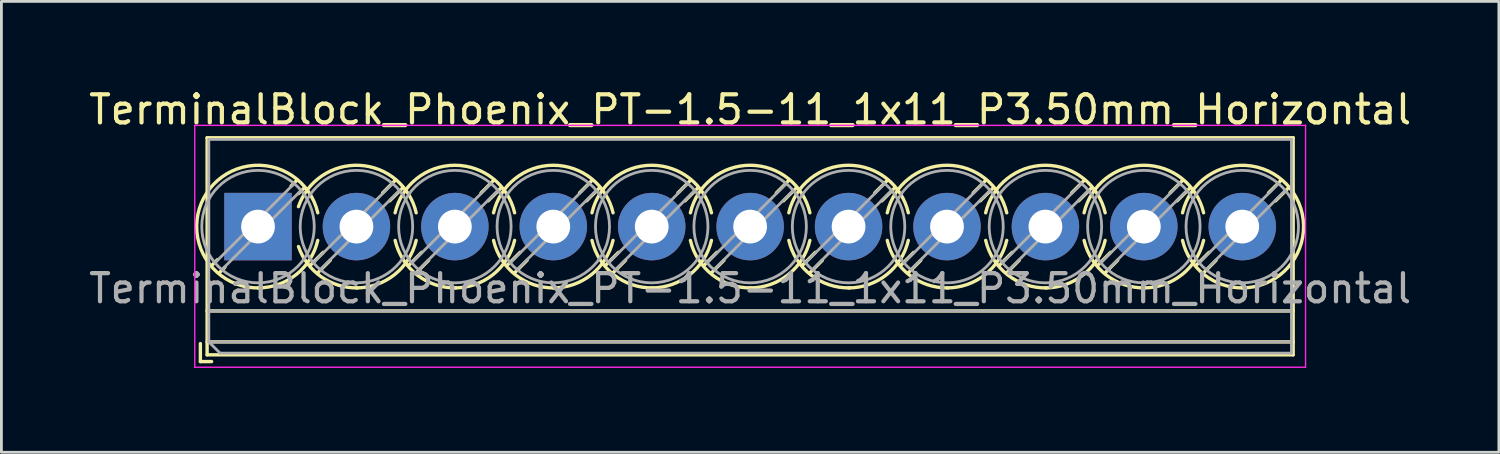
<source format=kicad_pcb>
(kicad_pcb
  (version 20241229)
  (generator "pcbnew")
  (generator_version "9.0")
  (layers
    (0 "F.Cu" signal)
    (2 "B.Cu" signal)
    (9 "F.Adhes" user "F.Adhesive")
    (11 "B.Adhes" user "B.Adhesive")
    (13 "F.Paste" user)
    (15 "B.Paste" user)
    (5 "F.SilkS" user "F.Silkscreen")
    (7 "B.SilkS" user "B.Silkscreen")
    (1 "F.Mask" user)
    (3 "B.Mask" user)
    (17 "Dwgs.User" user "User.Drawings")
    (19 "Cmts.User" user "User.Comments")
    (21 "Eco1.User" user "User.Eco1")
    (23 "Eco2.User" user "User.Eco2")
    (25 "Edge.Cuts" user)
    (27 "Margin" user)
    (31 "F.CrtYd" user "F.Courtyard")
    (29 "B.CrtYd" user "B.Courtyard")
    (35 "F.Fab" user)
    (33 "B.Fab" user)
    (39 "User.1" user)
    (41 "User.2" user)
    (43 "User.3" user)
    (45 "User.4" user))
  (footprint "TerminalBlock_Phoenix_PT-1.5-11_1x11_P3.50mm_Horizontal"
    (layer "F.Cu")
    (at 6.125 5.008)
    (property "Reference" "TerminalBlock_Phoenix_PT-1.5-11_1x11_P3.50mm_Horizontal" (at 17.5 -4.16 0) (layer "F.SilkS") (effects (font (size 1 1) (thickness 0.15))))
    (attr through_hole)
    (fp_line (start -2.05 4.16) (end -2.05 4.8) (stroke (width 0.12) (type solid)) (layer "F.SilkS"))
    (fp_line (start -2.05 4.8) (end -1.65 4.8) (stroke (width 0.12) (type solid)) (layer "F.SilkS"))
    (fp_line (start -1.81 -3.16) (end -1.81 4.56) (stroke (width 0.12) (type solid)) (layer "F.SilkS"))
    (fp_line (start -1.81 -3.16) (end 36.81 -3.16) (stroke (width 0.12) (type solid)) (layer "F.SilkS"))
    (fp_line (start -1.81 3) (end 36.81 3) (stroke (width 0.12) (type solid)) (layer "F.SilkS"))
    (fp_line (start -1.81 4.1) (end 36.81 4.1) (stroke (width 0.12) (type solid)) (layer "F.SilkS"))
    (fp_line (start -1.81 4.56) (end 36.81 4.56) (stroke (width 0.12) (type solid)) (layer "F.SilkS"))
    (fp_line (start -1.441 1.175) (end -1.654 1.388) (stroke (width 0.12) (type solid)) (layer "F.SilkS"))
    (fp_line (start -1.175 1.441) (end -1.388 1.654) (stroke (width 0.12) (type solid)) (layer "F.SilkS"))
    (fp_line (start 1.388 -1.654) (end 1.175 -1.441) (stroke (width 0.12) (type solid)) (layer "F.SilkS"))
    (fp_line (start 1.654 -1.388) (end 1.441 -1.175) (stroke (width 0.12) (type solid)) (layer "F.SilkS"))
    (fp_line (start 2.318 0.916) (end 1.847 1.388) (stroke (width 0.12) (type solid)) (layer "F.SilkS"))
    (fp_line (start 2.569 1.198) (end 2.113 1.654) (stroke (width 0.12) (type solid)) (layer "F.SilkS"))
    (fp_line (start 4.888 -1.654) (end 4.432 -1.198) (stroke (width 0.12) (type solid)) (layer "F.SilkS"))
    (fp_line (start 5.154 -1.388) (end 4.683 -0.916) (stroke (width 0.12) (type solid)) (layer "F.SilkS"))
    (fp_line (start 5.818 0.916) (end 5.347 1.388) (stroke (width 0.12) (type solid)) (layer "F.SilkS"))
    (fp_line (start 6.069 1.198) (end 5.613 1.654) (stroke (width 0.12) (type solid)) (layer "F.SilkS"))
    (fp_line (start 8.388 -1.654) (end 7.932 -1.198) (stroke (width 0.12) (type solid)) (layer "F.SilkS"))
    (fp_line (start 8.654 -1.388) (end 8.183 -0.916) (stroke (width 0.12) (type solid)) (layer "F.SilkS"))
    (fp_line (start 9.318 0.916) (end 8.847 1.388) (stroke (width 0.12) (type solid)) (layer "F.SilkS"))
    (fp_line (start 9.569 1.198) (end 9.113 1.654) (stroke (width 0.12) (type solid)) (layer "F.SilkS"))
    (fp_line (start 11.888 -1.654) (end 11.432 -1.198) (stroke (width 0.12) (type solid)) (layer "F.SilkS"))
    (fp_line (start 12.154 -1.388) (end 11.683 -0.916) (stroke (width 0.12) (type solid)) (layer "F.SilkS"))
    (fp_line (start 12.818 0.916) (end 12.347 1.388) (stroke (width 0.12) (type solid)) (layer "F.SilkS"))
    (fp_line (start 13.069 1.198) (end 12.613 1.654) (stroke (width 0.12) (type solid)) (layer "F.SilkS"))
    (fp_line (start 15.388 -1.654) (end 14.932 -1.198) (stroke (width 0.12) (type solid)) (layer "F.SilkS"))
    (fp_line (start 15.654 -1.388) (end 15.183 -0.916) (stroke (width 0.12) (type solid)) (layer "F.SilkS"))
    (fp_line (start 16.318 0.916) (end 15.847 1.388) (stroke (width 0.12) (type solid)) (layer "F.SilkS"))
    (fp_line (start 16.569 1.198) (end 16.113 1.654) (stroke (width 0.12) (type solid)) (layer "F.SilkS"))
    (fp_line (start 18.888 -1.654) (end 18.432 -1.198) (stroke (width 0.12) (type solid)) (layer "F.SilkS"))
    (fp_line (start 19.154 -1.388) (end 18.683 -0.916) (stroke (width 0.12) (type solid)) (layer "F.SilkS"))
    (fp_line (start 19.818 0.916) (end 19.347 1.388) (stroke (width 0.12) (type solid)) (layer "F.SilkS"))
    (fp_line (start 20.069 1.198) (end 19.613 1.654) (stroke (width 0.12) (type solid)) (layer "F.SilkS"))
    (fp_line (start 22.388 -1.654) (end 21.932 -1.198) (stroke (width 0.12) (type solid)) (layer "F.SilkS"))
    (fp_line (start 22.654 -1.388) (end 22.183 -0.916) (stroke (width 0.12) (type solid)) (layer "F.SilkS"))
    (fp_line (start 23.318 0.916) (end 22.847 1.388) (stroke (width 0.12) (type solid)) (layer "F.SilkS"))
    (fp_line (start 23.569 1.198) (end 23.113 1.654) (stroke (width 0.12) (type solid)) (layer "F.SilkS"))
    (fp_line (start 25.888 -1.654) (end 25.432 -1.198) (stroke (width 0.12) (type solid)) (layer "F.SilkS"))
    (fp_line (start 26.154 -1.388) (end 25.683 -0.916) (stroke (width 0.12) (type solid)) (layer "F.SilkS"))
    (fp_line (start 26.818 0.916) (end 26.347 1.388) (stroke (width 0.12) (type solid)) (layer "F.SilkS"))
    (fp_line (start 27.069 1.198) (end 26.613 1.654) (stroke (width 0.12) (type solid)) (layer "F.SilkS"))
    (fp_line (start 29.388 -1.654) (end 28.932 -1.198) (stroke (width 0.12) (type solid)) (layer "F.SilkS"))
    (fp_line (start 29.654 -1.388) (end 29.183 -0.916) (stroke (width 0.12) (type solid)) (layer "F.SilkS"))
    (fp_line (start 30.318 0.916) (end 29.847 1.388) (stroke (width 0.12) (type solid)) (layer "F.SilkS"))
    (fp_line (start 30.569 1.198) (end 30.113 1.654) (stroke (width 0.12) (type solid)) (layer "F.SilkS"))
    (fp_line (start 32.888 -1.654) (end 32.432 -1.198) (stroke (width 0.12) (type solid)) (layer "F.SilkS"))
    (fp_line (start 33.154 -1.388) (end 32.683 -0.916) (stroke (width 0.12) (type solid)) (layer "F.SilkS"))
    (fp_line (start 33.818 0.916) (end 33.347 1.388) (stroke (width 0.12) (type solid)) (layer "F.SilkS"))
    (fp_line (start 34.069 1.198) (end 33.613 1.654) (stroke (width 0.12) (type solid)) (layer "F.SilkS"))
    (fp_line (start 36.388 -1.654) (end 35.932 -1.198) (stroke (width 0.12) (type solid)) (layer "F.SilkS"))
    (fp_line (start 36.654 -1.388) (end 36.183 -0.916) (stroke (width 0.12) (type solid)) (layer "F.SilkS"))
    (fp_line (start 36.81 -3.16) (end 36.81 4.56) (stroke (width 0.12) (type solid)) (layer "F.SilkS"))
    (fp_arc (start 0.038458 2.180648) (mid -1.718884 -1.342439) (end 2.125 -0.491) (stroke (width 0.12) (type solid)) (layer "F.SilkS"))
    (fp_arc (start 1.437707 -0.709687) (mid 3.61375 -2.17802) (end 5.625 -0.491) (stroke (width 0.12) (type solid)) (layer "F.SilkS"))
    (fp_arc (start 2.124127 0.490393) (mid 1.357082 1.706086) (end 0 2.18) (stroke (width 0.12) (type solid)) (layer "F.SilkS"))
    (fp_arc (start 3.538366 2.17953) (mid 2.249943 1.785828) (end 1.439 0.71) (stroke (width 0.12) (type solid)) (layer "F.SilkS"))
    (fp_arc (start 4.874822 -0.490231) (mid 6.999605 -2.180988) (end 9.125 -0.491) (stroke (width 0.12) (type solid)) (layer "F.SilkS"))
    (fp_arc (start 5.624127 0.490393) (mid 4.857082 1.706086) (end 3.5 2.18) (stroke (width 0.12) (type solid)) (layer "F.SilkS"))
    (fp_arc (start 7.038666 2.17967) (mid 5.658338 1.718255) (end 4.876 0.491) (stroke (width 0.12) (type solid)) (layer "F.SilkS"))
    (fp_arc (start 8.374822 -0.490231) (mid 10.499605 -2.180988) (end 12.625 -0.491) (stroke (width 0.12) (type solid)) (layer "F.SilkS"))
    (fp_arc (start 9.124127 0.490393) (mid 8.357082 1.706086) (end 7 2.18) (stroke (width 0.12) (type solid)) (layer "F.SilkS"))
    (fp_arc (start 10.538666 2.17967) (mid 9.158338 1.718255) (end 8.376 0.491) (stroke (width 0.12) (type solid)) (layer "F.SilkS"))
    (fp_arc (start 11.874822 -0.490231) (mid 13.999605 -2.180988) (end 16.125 -0.491) (stroke (width 0.12) (type solid)) (layer "F.SilkS"))
    (fp_arc (start 12.624127 0.490393) (mid 11.857082 1.706086) (end 10.5 2.18) (stroke (width 0.12) (type solid)) (layer "F.SilkS"))
    (fp_arc (start 14.038666 2.17967) (mid 12.658338 1.718255) (end 11.876 0.491) (stroke (width 0.12) (type solid)) (layer "F.SilkS"))
    (fp_arc (start 15.374822 -0.490231) (mid 17.499605 -2.180988) (end 19.625 -0.491) (stroke (width 0.12) (type solid)) (layer "F.SilkS"))
    (fp_arc (start 16.124127 0.490393) (mid 15.357082 1.706086) (end 14 2.18) (stroke (width 0.12) (type solid)) (layer "F.SilkS"))
    (fp_arc (start 17.538666 2.17967) (mid 16.158338 1.718255) (end 15.376 0.491) (stroke (width 0.12) (type solid)) (layer "F.SilkS"))
    (fp_arc (start 18.874822 -0.490231) (mid 20.999605 -2.180988) (end 23.125 -0.491) (stroke (width 0.12) (type solid)) (layer "F.SilkS"))
    (fp_arc (start 19.624127 0.490393) (mid 18.857082 1.706086) (end 17.5 2.18) (stroke (width 0.12) (type solid)) (layer "F.SilkS"))
    (fp_arc (start 21.038666 2.17967) (mid 19.658338 1.718255) (end 18.876 0.491) (stroke (width 0.12) (type solid)) (layer "F.SilkS"))
    (fp_arc (start 22.374822 -0.490231) (mid 24.499605 -2.180988) (end 26.625 -0.491) (stroke (width 0.12) (type solid)) (layer "F.SilkS"))
    (fp_arc (start 23.124127 0.490393) (mid 22.357082 1.706086) (end 21 2.18) (stroke (width 0.12) (type solid)) (layer "F.SilkS"))
    (fp_arc (start 24.538666 2.17967) (mid 23.158338 1.718255) (end 22.376 0.491) (stroke (width 0.12) (type solid)) (layer "F.SilkS"))
    (fp_arc (start 25.874822 -0.490231) (mid 27.999605 -2.180988) (end 30.125 -0.491) (stroke (width 0.12) (type solid)) (layer "F.SilkS"))
    (fp_arc (start 26.624127 0.490393) (mid 25.857082 1.706086) (end 24.5 2.18) (stroke (width 0.12) (type solid)) (layer "F.SilkS"))
    (fp_arc (start 28.038666 2.17967) (mid 26.658338 1.718255) (end 25.876 0.491) (stroke (width 0.12) (type solid)) (layer "F.SilkS"))
    (fp_arc (start 29.374822 -0.490231) (mid 31.499605 -2.180988) (end 33.625 -0.491) (stroke (width 0.12) (type solid)) (layer "F.SilkS"))
    (fp_arc (start 30.124127 0.490393) (mid 29.357082 1.706086) (end 28 2.18) (stroke (width 0.12) (type solid)) (layer "F.SilkS"))
    (fp_arc (start 31.538666 2.17967) (mid 30.158338 1.718255) (end 29.376 0.491) (stroke (width 0.12) (type solid)) (layer "F.SilkS"))
    (fp_arc (start 32.875873 -0.490393) (mid 36.706086 -1.357082) (end 35 2.18) (stroke (width 0.12) (type solid)) (layer "F.SilkS"))
    (fp_arc (start 33.624127 0.490393) (mid 32.857082 1.706086) (end 31.5 2.18) (stroke (width 0.12) (type solid)) (layer "F.SilkS"))
    (fp_arc (start 35.038666 2.17967) (mid 33.658338 1.718255) (end 32.876 0.491) (stroke (width 0.12) (type solid)) (layer "F.SilkS"))
    (fp_line (start -2.25 -3.6) (end -2.25 5) (stroke (width 0.05) (type solid)) (layer "F.CrtYd"))
    (fp_line (start -2.25 5) (end 37.25 5) (stroke (width 0.05) (type solid)) (layer "F.CrtYd"))
    (fp_line (start 37.25 -3.6) (end -2.25 -3.6) (stroke (width 0.05) (type solid)) (layer "F.CrtYd"))
    (fp_line (start 37.25 5) (end 37.25 -3.6) (stroke (width 0.05) (type solid)) (layer "F.CrtYd"))
    (fp_line (start -1.75 -3.1) (end 36.75 -3.1) (stroke (width 0.1) (type solid)) (layer "F.Fab"))
    (fp_line (start -1.75 3) (end 36.75 3) (stroke (width 0.1) (type solid)) (layer "F.Fab"))
    (fp_line (start -1.75 4.1) (end -1.75 -3.1) (stroke (width 0.1) (type solid)) (layer "F.Fab"))
    (fp_line (start -1.75 4.1) (end 36.75 4.1) (stroke (width 0.1) (type solid)) (layer "F.Fab"))
    (fp_line (start -1.35 4.5) (end -1.75 4.1) (stroke (width 0.1) (type solid)) (layer "F.Fab"))
    (fp_line (start 1.273 -1.517) (end -1.517 1.273) (stroke (width 0.1) (type solid)) (layer "F.Fab"))
    (fp_line (start 1.517 -1.273) (end -1.273 1.517) (stroke (width 0.1) (type solid)) (layer "F.Fab"))
    (fp_line (start 4.773 -1.517) (end 1.984 1.273) (stroke (width 0.1) (type solid)) (layer "F.Fab"))
    (fp_line (start 5.017 -1.273) (end 2.228 1.517) (stroke (width 0.1) (type solid)) (layer "F.Fab"))
    (fp_line (start 8.273 -1.517) (end 5.484 1.273) (stroke (width 0.1) (type solid)) (layer "F.Fab"))
    (fp_line (start 8.517 -1.273) (end 5.728 1.517) (stroke (width 0.1) (type solid)) (layer "F.Fab"))
    (fp_line (start 11.773 -1.517) (end 8.984 1.273) (stroke (width 0.1) (type solid)) (layer "F.Fab"))
    (fp_line (start 12.017 -1.273) (end 9.228 1.517) (stroke (width 0.1) (type solid)) (layer "F.Fab"))
    (fp_line (start 15.273 -1.517) (end 12.484 1.273) (stroke (width 0.1) (type solid)) (layer "F.Fab"))
    (fp_line (start 15.517 -1.273) (end 12.728 1.517) (stroke (width 0.1) (type solid)) (layer "F.Fab"))
    (fp_line (start 18.773 -1.517) (end 15.984 1.273) (stroke (width 0.1) (type solid)) (layer "F.Fab"))
    (fp_line (start 19.017 -1.273) (end 16.228 1.517) (stroke (width 0.1) (type solid)) (layer "F.Fab"))
    (fp_line (start 22.273 -1.517) (end 19.484 1.273) (stroke (width 0.1) (type solid)) (layer "F.Fab"))
    (fp_line (start 22.517 -1.273) (end 19.728 1.517) (stroke (width 0.1) (type solid)) (layer "F.Fab"))
    (fp_line (start 25.773 -1.517) (end 22.984 1.273) (stroke (width 0.1) (type solid)) (layer "F.Fab"))
    (fp_line (start 26.017 -1.273) (end 23.228 1.517) (stroke (width 0.1) (type solid)) (layer "F.Fab"))
    (fp_line (start 29.273 -1.517) (end 26.484 1.273) (stroke (width 0.1) (type solid)) (layer "F.Fab"))
    (fp_line (start 29.517 -1.273) (end 26.728 1.517) (stroke (width 0.1) (type solid)) (layer "F.Fab"))
    (fp_line (start 32.773 -1.517) (end 29.984 1.273) (stroke (width 0.1) (type solid)) (layer "F.Fab"))
    (fp_line (start 33.017 -1.273) (end 30.228 1.517) (stroke (width 0.1) (type solid)) (layer "F.Fab"))
    (fp_line (start 36.273 -1.517) (end 33.484 1.273) (stroke (width 0.1) (type solid)) (layer "F.Fab"))
    (fp_line (start 36.517 -1.273) (end 33.728 1.517) (stroke (width 0.1) (type solid)) (layer "F.Fab"))
    (fp_line (start 36.75 -3.1) (end 36.75 4.5) (stroke (width 0.1) (type solid)) (layer "F.Fab"))
    (fp_line (start 36.75 4.5) (end -1.35 4.5) (stroke (width 0.1) (type solid)) (layer "F.Fab"))
    (fp_circle (center 0 0) (end 2 0) (stroke (width 0.1) (type solid)) (fill no) (layer "F.Fab"))
    (fp_circle (center 3.5 0) (end 5.5 0) (stroke (width 0.1) (type solid)) (fill no) (layer "F.Fab"))
    (fp_circle (center 7 0) (end 9 0) (stroke (width 0.1) (type solid)) (fill no) (layer "F.Fab"))
    (fp_circle (center 10.5 0) (end 12.5 0) (stroke (width 0.1) (type solid)) (fill no) (layer "F.Fab"))
    (fp_circle (center 14 0) (end 16 0) (stroke (width 0.1) (type solid)) (fill no) (layer "F.Fab"))
    (fp_circle (center 17.5 0) (end 19.5 0) (stroke (width 0.1) (type solid)) (fill no) (layer "F.Fab"))
    (fp_circle (center 21 0) (end 23 0) (stroke (width 0.1) (type solid)) (fill no) (layer "F.Fab"))
    (fp_circle (center 24.5 0) (end 26.5 0) (stroke (width 0.1) (type solid)) (fill no) (layer "F.Fab"))
    (fp_circle (center 28 0) (end 30 0) (stroke (width 0.1) (type solid)) (fill no) (layer "F.Fab"))
    (fp_circle (center 31.5 0) (end 33.5 0) (stroke (width 0.1) (type solid)) (fill no) (layer "F.Fab"))
    (fp_circle (center 35 0) (end 37 0) (stroke (width 0.1) (type solid)) (fill no) (layer "F.Fab"))
    (fp_text user "${REFERENCE}" (at 17.5 2.2 0) (layer "F.Fab") (effects (font (size 1 1) (thickness 0.15))))
    (pad "1" thru_hole rect (at 0 0) (size 2.4 2.4) (drill 1.2) (layers "*.Cu" "*.Mask"))
    (pad "2" thru_hole circle (at 3.5 0) (size 2.4 2.4) (drill 1.2) (layers "*.Cu" "*.Mask"))
    (pad "3" thru_hole circle (at 7 0) (size 2.4 2.4) (drill 1.2) (layers "*.Cu" "*.Mask"))
    (pad "4" thru_hole circle (at 10.5 0) (size 2.4 2.4) (drill 1.2) (layers "*.Cu" "*.Mask"))
    (pad "5" thru_hole circle (at 14 0) (size 2.4 2.4) (drill 1.2) (layers "*.Cu" "*.Mask"))
    (pad "6" thru_hole circle (at 17.5 0) (size 2.4 2.4) (drill 1.2) (layers "*.Cu" "*.Mask"))
    (pad "7" thru_hole circle (at 21 0) (size 2.4 2.4) (drill 1.2) (layers "*.Cu" "*.Mask"))
    (pad "8" thru_hole circle (at 24.5 0) (size 2.4 2.4) (drill 1.2) (layers "*.Cu" "*.Mask"))
    (pad "9" thru_hole circle (at 28 0) (size 2.4 2.4) (drill 1.2) (layers "*.Cu" "*.Mask"))
    (pad "10" thru_hole circle (at 31.5 0) (size 2.4 2.4) (drill 1.2) (layers "*.Cu" "*.Mask"))
    (pad "11" thru_hole circle (at 35 0) (size 2.4 2.4) (drill 1.2) (layers "*.Cu" "*.Mask")))
  (gr_rect
    (start -3 -3)
    (end 50.25 13.033)
    (stroke (width 0.1) (type default))
    (fill no)
    (layer "Edge.Cuts")))
</source>
